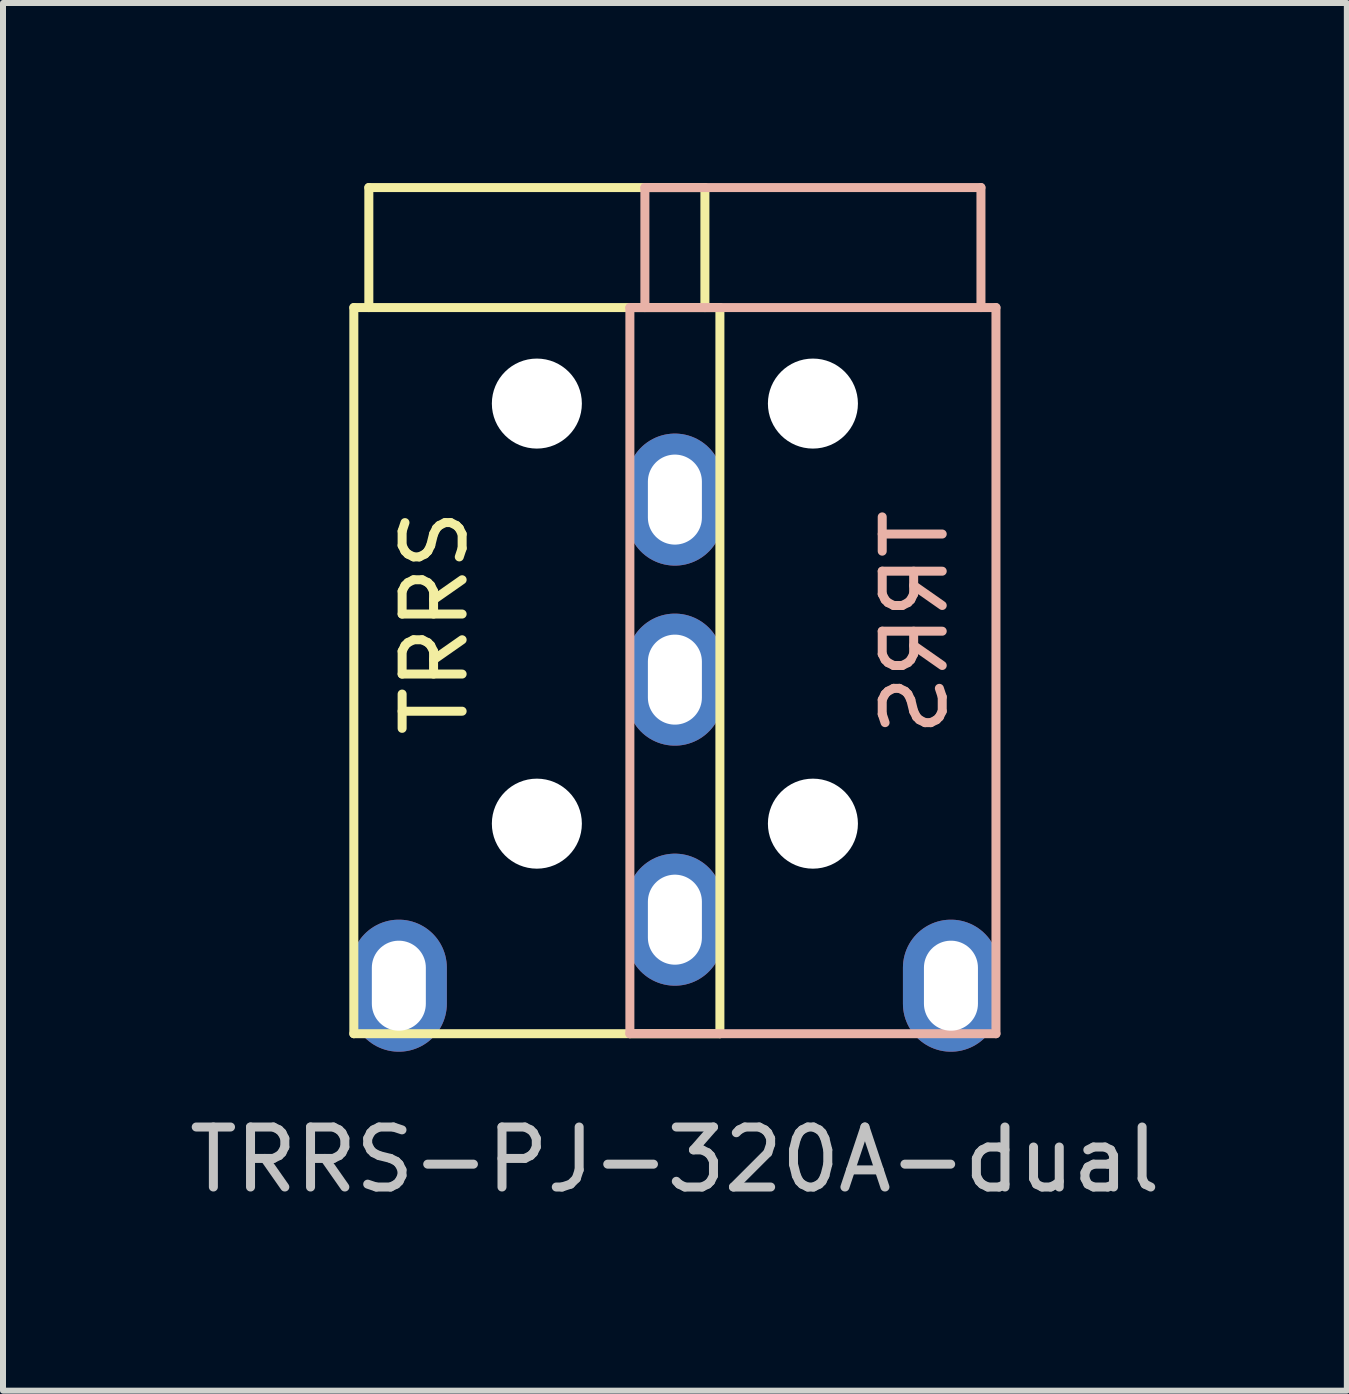
<source format=kicad_pcb>
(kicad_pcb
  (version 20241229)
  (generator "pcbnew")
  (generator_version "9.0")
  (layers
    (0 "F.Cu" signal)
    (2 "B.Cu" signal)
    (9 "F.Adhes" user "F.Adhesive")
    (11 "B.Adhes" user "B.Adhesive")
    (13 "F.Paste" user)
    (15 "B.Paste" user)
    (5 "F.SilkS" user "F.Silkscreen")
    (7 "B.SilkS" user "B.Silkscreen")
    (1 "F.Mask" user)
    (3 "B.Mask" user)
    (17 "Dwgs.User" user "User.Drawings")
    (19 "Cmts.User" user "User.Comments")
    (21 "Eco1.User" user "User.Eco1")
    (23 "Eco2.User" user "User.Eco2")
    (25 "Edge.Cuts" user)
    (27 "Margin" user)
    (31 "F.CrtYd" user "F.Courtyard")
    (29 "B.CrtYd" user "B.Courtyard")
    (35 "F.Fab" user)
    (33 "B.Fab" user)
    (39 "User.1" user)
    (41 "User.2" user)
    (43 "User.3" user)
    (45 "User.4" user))
  (footprint "TRRS-PJ-320A-dual"
    (layer "F.Cu")
    (at 8.196 2.075)
    (property "Reference" "TRRS-PJ-320A-dual" (at 0 14.2 180) (layer "Dwgs.User") (effects (font (size 1 1) (thickness 0.15))))
    (attr through_hole)
    (fp_line (start -5.35 0) (end -5.35 12.1) (stroke (width 0.15) (type solid)) (layer "F.SilkS"))
    (fp_line (start -5.1 0) (end -5.1 -2) (stroke (width 0.15) (type solid)) (layer "F.SilkS"))
    (fp_line (start 0.5 -2) (end -5.1 -2) (stroke (width 0.15) (type solid)) (layer "F.SilkS"))
    (fp_line (start 0.5 0) (end 0.5 -2) (stroke (width 0.15) (type solid)) (layer "F.SilkS"))
    (fp_line (start 0.75 0) (end -5.35 0) (stroke (width 0.15) (type solid)) (layer "F.SilkS"))
    (fp_line (start 0.75 0) (end 0.75 12.1) (stroke (width 0.15) (type solid)) (layer "F.SilkS"))
    (fp_line (start 0.75 12.1) (end -5.35 12.1) (stroke (width 0.15) (type solid)) (layer "F.SilkS"))
    (fp_line (start -0.75 0) (end -0.75 12.1) (stroke (width 0.15) (type solid)) (layer "B.SilkS"))
    (fp_line (start -0.75 0) (end 5.35 0) (stroke (width 0.15) (type solid)) (layer "B.SilkS"))
    (fp_line (start -0.75 12.1) (end 5.35 12.1) (stroke (width 0.15) (type solid)) (layer "B.SilkS"))
    (fp_line (start -0.5 -2) (end 5.1 -2) (stroke (width 0.15) (type solid)) (layer "B.SilkS"))
    (fp_line (start -0.5 0) (end -0.5 -2) (stroke (width 0.15) (type solid)) (layer "B.SilkS"))
    (fp_line (start 5.1 0) (end 5.1 -2) (stroke (width 0.15) (type solid)) (layer "B.SilkS"))
    (fp_line (start 5.35 0) (end 5.35 12.1) (stroke (width 0.15) (type solid)) (layer "B.SilkS"))
    (fp_text user "TRRS" (at -4 5.25 90) (layer "F.SilkS") (effects (font (size 1 1) (thickness 0.15))))
    (fp_text user "TRRS" (at 4 5.25 270) (layer "B.SilkS") (effects (font (size 1 1) (thickness 0.15)) (justify mirror)))
    (pad "" np_thru_hole circle (at -2.3 1.6) (size 1.5 1.5) (drill 1.5) (layers "*.Cu" "*.Mask"))
    (pad "" np_thru_hole circle (at -2.3 8.6) (size 1.5 1.5) (drill 1.5) (layers "*.Cu" "*.Mask"))
    (pad "" np_thru_hole circle (at 2.3 1.6) (size 1.5 1.5) (drill 1.5) (layers "*.Cu" "*.Mask"))
    (pad "" np_thru_hole circle (at 2.3 8.6) (size 1.5 1.5) (drill 1.5) (layers "*.Cu" "*.Mask"))
    (pad "1" thru_hole oval (at -4.6 11.3) (size 1.6 2.2) (drill oval 0.9 1.5) (layers "*.Cu" "*.Mask"))
    (pad "1" thru_hole oval (at 4.6 11.3) (size 1.6 2.2) (drill oval 0.9 1.5) (layers "*.Cu" "*.Mask"))
    (pad "2" thru_hole oval (at 0 10.2) (size 1.6 2.2) (drill oval 0.9 1.5) (layers "*.Cu" "*.Mask"))
    (pad "3" thru_hole oval (at 0 6.2) (size 1.6 2.2) (drill oval 0.9 1.5) (layers "*.Cu" "*.Mask"))
    (pad "4" thru_hole oval (at 0 3.2) (size 1.6 2.2) (drill oval 0.9 1.5) (layers "*.Cu" "*.Mask")))
  (gr_rect
    (start -3 -3)
    (end 19.393 20.123)
    (stroke (width 0.1) (type default))
    (fill no)
    (layer "Edge.Cuts")))
</source>
